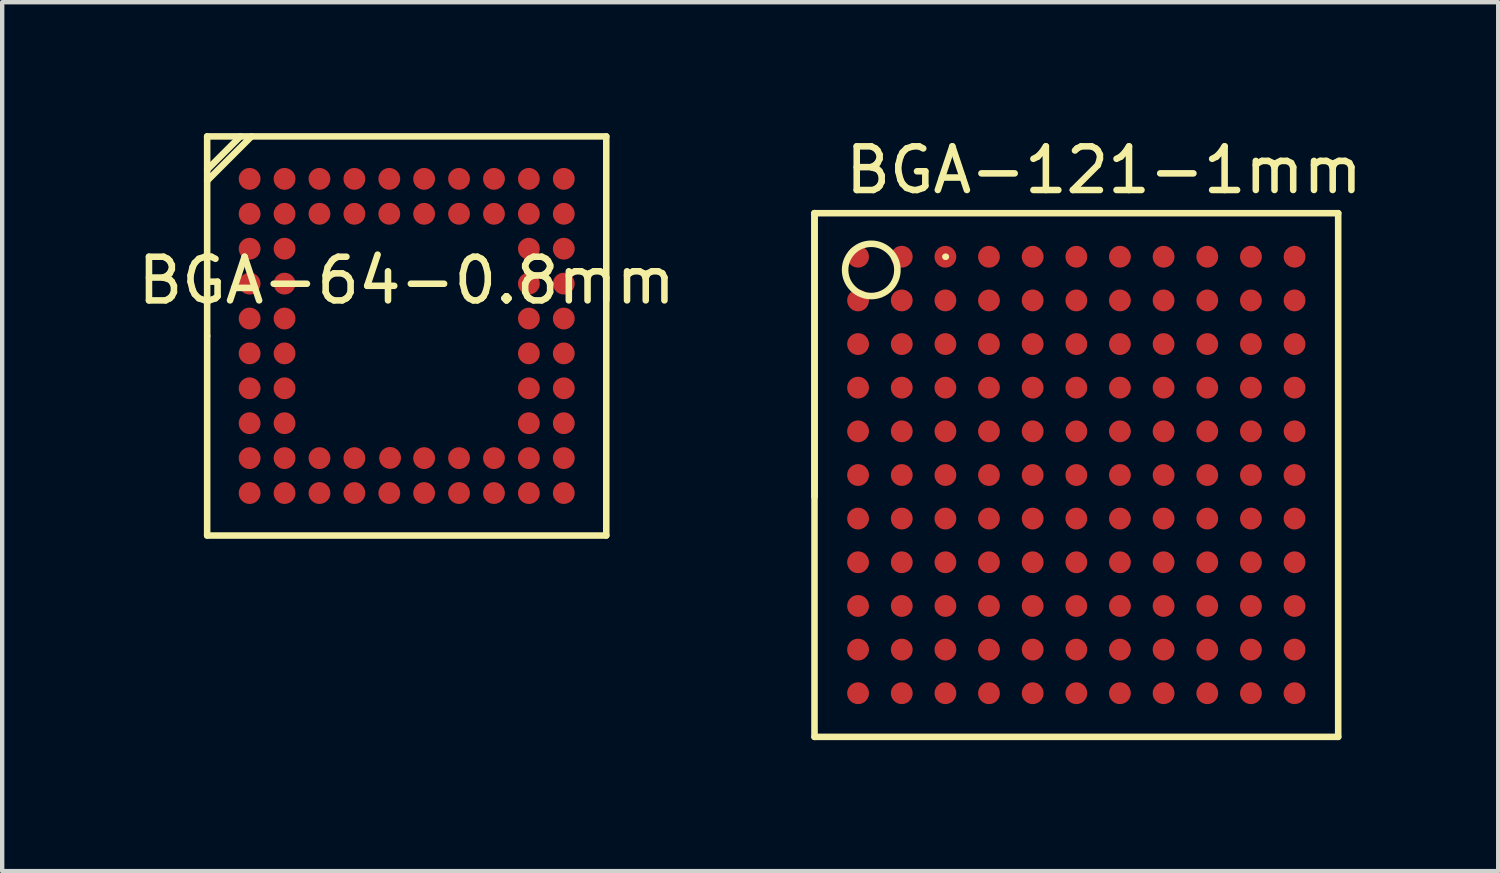
<source format=kicad_pcb>
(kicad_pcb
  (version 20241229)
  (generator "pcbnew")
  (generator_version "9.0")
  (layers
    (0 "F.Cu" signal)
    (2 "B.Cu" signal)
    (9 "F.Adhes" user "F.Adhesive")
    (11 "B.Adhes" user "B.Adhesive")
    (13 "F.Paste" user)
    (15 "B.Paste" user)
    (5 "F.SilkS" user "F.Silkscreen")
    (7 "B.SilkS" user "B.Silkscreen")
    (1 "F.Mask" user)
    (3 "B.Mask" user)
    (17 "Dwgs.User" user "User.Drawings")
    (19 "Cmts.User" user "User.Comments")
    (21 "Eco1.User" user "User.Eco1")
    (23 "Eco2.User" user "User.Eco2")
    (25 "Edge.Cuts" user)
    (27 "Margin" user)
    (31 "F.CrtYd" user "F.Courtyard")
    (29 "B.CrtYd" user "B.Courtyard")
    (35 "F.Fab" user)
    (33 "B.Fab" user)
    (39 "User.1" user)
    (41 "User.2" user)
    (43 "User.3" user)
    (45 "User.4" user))
  (footprint "BGA-121-1mm"
    (layer "F.Cu")
    (at 21.61 7.833)
    (property "Reference" "BGA-121-1mm" (at 0.635 -6.985 0) (layer "F.SilkS") (effects (font (size 1 1) (thickness 0.15))))
    (attr smd)
    (fp_line (start -5.999 -5.999) (end 5.999 -5.999) (stroke (width 0.15) (type solid)) (layer "F.SilkS"))
    (fp_line (start -5.999 0.5) (end -5.999 -5.999) (stroke (width 0.15) (type solid)) (layer "F.SilkS"))
    (fp_line (start -5.999 5.999) (end -5.999 -5.999) (stroke (width 0.15) (type solid)) (layer "F.SilkS"))
    (fp_line (start -3 -5.001) (end -2.99 -5.001) (stroke (width 0.15) (type solid)) (layer "F.SilkS"))
    (fp_line (start 5.999 -5.999) (end 5.999 5.999) (stroke (width 0.15) (type solid)) (layer "F.SilkS"))
    (fp_line (start 5.999 5.999) (end -5.999 5.999) (stroke (width 0.15) (type solid)) (layer "F.SilkS"))
    (fp_circle (center -4.699 -4.699) (end -4.699 -5.298) (stroke (width 0.15) (type solid)) (fill no) (layer "F.SilkS"))
    (pad "A1" smd circle (at -5.001 -5.001) (size 0.5 0.5) (layers "F.Cu" "F.Mask" "F.Paste"))
    (pad "A2" smd circle (at -4 -5.001) (size 0.5 0.5) (layers "F.Cu" "F.Mask" "F.Paste"))
    (pad "A3" smd circle (at -3 -5.001) (size 0.5 0.5) (layers "F.Cu" "F.Mask" "F.Paste"))
    (pad "A4" smd circle (at -2.002 -5.001) (size 0.5 0.5) (layers "F.Cu" "F.Mask" "F.Paste"))
    (pad "A5" smd circle (at -1.001 -5.001) (size 0.5 0.5) (layers "F.Cu" "F.Mask" "F.Paste"))
    (pad "A6" smd circle (at 0 -5.001) (size 0.5 0.5) (layers "F.Cu" "F.Mask" "F.Paste"))
    (pad "A7" smd circle (at 0.998 -5.001) (size 0.5 0.5) (layers "F.Cu" "F.Mask" "F.Paste"))
    (pad "A8" smd circle (at 1.999 -5.001) (size 0.5 0.5) (layers "F.Cu" "F.Mask" "F.Paste"))
    (pad "A9" smd circle (at 3 -5.001) (size 0.5 0.5) (layers "F.Cu" "F.Mask" "F.Paste"))
    (pad "A10" smd circle (at 4 -5.001) (size 0.5 0.5) (layers "F.Cu" "F.Mask" "F.Paste"))
    (pad "A11" smd circle (at 4.999 -5.001) (size 0.5 0.5) (layers "F.Cu" "F.Mask" "F.Paste"))
    (pad "B1" smd circle (at -5.001 -4) (size 0.5 0.5) (layers "F.Cu" "F.Mask" "F.Paste"))
    (pad "B2" smd circle (at -4 -4) (size 0.5 0.5) (layers "F.Cu" "F.Mask" "F.Paste"))
    (pad "B3" smd circle (at -3 -4) (size 0.5 0.5) (layers "F.Cu" "F.Mask" "F.Paste"))
    (pad "B4" smd circle (at -2.002 -4) (size 0.5 0.5) (layers "F.Cu" "F.Mask" "F.Paste"))
    (pad "B5" smd circle (at -1.001 -4) (size 0.5 0.5) (layers "F.Cu" "F.Mask" "F.Paste"))
    (pad "B6" smd circle (at 0 -4) (size 0.5 0.5) (layers "F.Cu" "F.Mask" "F.Paste"))
    (pad "B7" smd circle (at 0.998 -4) (size 0.5 0.5) (layers "F.Cu" "F.Mask" "F.Paste"))
    (pad "B8" smd circle (at 1.999 -4) (size 0.5 0.5) (layers "F.Cu" "F.Mask" "F.Paste"))
    (pad "B9" smd circle (at 3 -4) (size 0.5 0.5) (layers "F.Cu" "F.Mask" "F.Paste"))
    (pad "B10" smd circle (at 4 -4) (size 0.5 0.5) (layers "F.Cu" "F.Mask" "F.Paste"))
    (pad "B11" smd circle (at 4.999 -4) (size 0.5 0.5) (layers "F.Cu" "F.Mask" "F.Paste"))
    (pad "C1" smd circle (at -5.001 -3) (size 0.5 0.5) (layers "F.Cu" "F.Mask" "F.Paste"))
    (pad "C2" smd circle (at -4 -3) (size 0.5 0.5) (layers "F.Cu" "F.Mask" "F.Paste"))
    (pad "C3" smd circle (at -3 -3) (size 0.5 0.5) (layers "F.Cu" "F.Mask" "F.Paste"))
    (pad "C4" smd circle (at -2.002 -3) (size 0.5 0.5) (layers "F.Cu" "F.Mask" "F.Paste"))
    (pad "C5" smd circle (at -1.001 -3) (size 0.5 0.5) (layers "F.Cu" "F.Mask" "F.Paste"))
    (pad "C6" smd circle (at 0 -3) (size 0.5 0.5) (layers "F.Cu" "F.Mask" "F.Paste"))
    (pad "C7" smd circle (at 0.998 -3) (size 0.5 0.5) (layers "F.Cu" "F.Mask" "F.Paste"))
    (pad "C8" smd circle (at 1.999 -3) (size 0.5 0.5) (layers "F.Cu" "F.Mask" "F.Paste"))
    (pad "C9" smd circle (at 3 -3) (size 0.5 0.5) (layers "F.Cu" "F.Mask" "F.Paste"))
    (pad "C10" smd circle (at 4 -3) (size 0.5 0.5) (layers "F.Cu" "F.Mask" "F.Paste"))
    (pad "C11" smd circle (at 4.999 -3) (size 0.5 0.5) (layers "F.Cu" "F.Mask" "F.Paste"))
    (pad "D1" smd circle (at -5.001 -2.002) (size 0.5 0.5) (layers "F.Cu" "F.Mask" "F.Paste"))
    (pad "D2" smd circle (at -4 -2.002) (size 0.5 0.5) (layers "F.Cu" "F.Mask" "F.Paste"))
    (pad "D3" smd circle (at -3 -2.002) (size 0.5 0.5) (layers "F.Cu" "F.Mask" "F.Paste"))
    (pad "D4" smd circle (at -2.002 -2.002) (size 0.5 0.5) (layers "F.Cu" "F.Mask" "F.Paste"))
    (pad "D5" smd circle (at -1.001 -2.002) (size 0.5 0.5) (layers "F.Cu" "F.Mask" "F.Paste"))
    (pad "D6" smd circle (at 0 -2.002) (size 0.5 0.5) (layers "F.Cu" "F.Mask" "F.Paste"))
    (pad "D7" smd circle (at 0.998 -2.002) (size 0.5 0.5) (layers "F.Cu" "F.Mask" "F.Paste"))
    (pad "D8" smd circle (at 1.999 -2.002) (size 0.5 0.5) (layers "F.Cu" "F.Mask" "F.Paste"))
    (pad "D9" smd circle (at 3 -2.002) (size 0.5 0.5) (layers "F.Cu" "F.Mask" "F.Paste"))
    (pad "D10" smd circle (at 4 -2.002) (size 0.5 0.5) (layers "F.Cu" "F.Mask" "F.Paste"))
    (pad "D11" smd circle (at 4.999 -2.002) (size 0.5 0.5) (layers "F.Cu" "F.Mask" "F.Paste"))
    (pad "E1" smd circle (at -5.001 -1.001) (size 0.5 0.5) (layers "F.Cu" "F.Mask" "F.Paste"))
    (pad "E2" smd circle (at -4 -1.001) (size 0.5 0.5) (layers "F.Cu" "F.Mask" "F.Paste"))
    (pad "E3" smd circle (at -3 -1.001) (size 0.5 0.5) (layers "F.Cu" "F.Mask" "F.Paste"))
    (pad "E4" smd circle (at -2.002 -1.001) (size 0.5 0.5) (layers "F.Cu" "F.Mask" "F.Paste"))
    (pad "E5" smd circle (at -1.001 -1.001) (size 0.5 0.5) (layers "F.Cu" "F.Mask" "F.Paste"))
    (pad "E6" smd circle (at 0 -1.001) (size 0.5 0.5) (layers "F.Cu" "F.Mask" "F.Paste"))
    (pad "E7" smd circle (at 0.998 -1.001) (size 0.5 0.5) (layers "F.Cu" "F.Mask" "F.Paste"))
    (pad "E8" smd circle (at 1.999 -1.001) (size 0.5 0.5) (layers "F.Cu" "F.Mask" "F.Paste"))
    (pad "E9" smd circle (at 3 -1.001) (size 0.5 0.5) (layers "F.Cu" "F.Mask" "F.Paste"))
    (pad "E10" smd circle (at 4 -1.001) (size 0.5 0.5) (layers "F.Cu" "F.Mask" "F.Paste"))
    (pad "E11" smd circle (at 4.999 -1.001) (size 0.5 0.5) (layers "F.Cu" "F.Mask" "F.Paste"))
    (pad "F1" smd circle (at -5.001 0) (size 0.5 0.5) (layers "F.Cu" "F.Mask" "F.Paste"))
    (pad "F2" smd circle (at -4 0) (size 0.5 0.5) (layers "F.Cu" "F.Mask" "F.Paste"))
    (pad "F3" smd circle (at -3 0) (size 0.5 0.5) (layers "F.Cu" "F.Mask" "F.Paste"))
    (pad "F4" smd circle (at -2.002 0) (size 0.5 0.5) (layers "F.Cu" "F.Mask" "F.Paste"))
    (pad "F5" smd circle (at -1.001 0) (size 0.5 0.5) (layers "F.Cu" "F.Mask" "F.Paste"))
    (pad "F6" smd circle (at 0 0) (size 0.5 0.5) (layers "F.Cu" "F.Mask" "F.Paste"))
    (pad "F7" smd circle (at 0.998 0) (size 0.5 0.5) (layers "F.Cu" "F.Mask" "F.Paste"))
    (pad "F8" smd circle (at 1.999 0) (size 0.5 0.5) (layers "F.Cu" "F.Mask" "F.Paste"))
    (pad "F9" smd circle (at 3 0) (size 0.5 0.5) (layers "F.Cu" "F.Mask" "F.Paste"))
    (pad "F10" smd circle (at 4 0) (size 0.5 0.5) (layers "F.Cu" "F.Mask" "F.Paste"))
    (pad "F11" smd circle (at 4.999 0) (size 0.5 0.5) (layers "F.Cu" "F.Mask" "F.Paste"))
    (pad "G1" smd circle (at -5.001 0.998) (size 0.5 0.5) (layers "F.Cu" "F.Mask" "F.Paste"))
    (pad "G2" smd circle (at -4 0.998) (size 0.5 0.5) (layers "F.Cu" "F.Mask" "F.Paste"))
    (pad "G3" smd circle (at -3 0.998) (size 0.5 0.5) (layers "F.Cu" "F.Mask" "F.Paste"))
    (pad "G4" smd circle (at -2.002 0.998) (size 0.5 0.5) (layers "F.Cu" "F.Mask" "F.Paste"))
    (pad "G5" smd circle (at -1.001 0.998) (size 0.5 0.5) (layers "F.Cu" "F.Mask" "F.Paste"))
    (pad "G6" smd circle (at 0 0.998) (size 0.5 0.5) (layers "F.Cu" "F.Mask" "F.Paste"))
    (pad "G7" smd circle (at 0.998 0.998) (size 0.5 0.5) (layers "F.Cu" "F.Mask" "F.Paste"))
    (pad "G8" smd circle (at 1.999 0.998) (size 0.5 0.5) (layers "F.Cu" "F.Mask" "F.Paste"))
    (pad "G9" smd circle (at 3 0.998) (size 0.5 0.5) (layers "F.Cu" "F.Mask" "F.Paste"))
    (pad "G10" smd circle (at 4 0.998) (size 0.5 0.5) (layers "F.Cu" "F.Mask" "F.Paste"))
    (pad "G11" smd circle (at 4.999 0.998) (size 0.5 0.5) (layers "F.Cu" "F.Mask" "F.Paste"))
    (pad "H1" smd circle (at -5.001 1.999) (size 0.5 0.5) (layers "F.Cu" "F.Mask" "F.Paste"))
    (pad "H2" smd circle (at -4 1.999) (size 0.5 0.5) (layers "F.Cu" "F.Mask" "F.Paste"))
    (pad "H3" smd circle (at -3 1.999) (size 0.5 0.5) (layers "F.Cu" "F.Mask" "F.Paste"))
    (pad "H4" smd circle (at -2.002 1.999) (size 0.5 0.5) (layers "F.Cu" "F.Mask" "F.Paste"))
    (pad "H5" smd circle (at -1.001 1.999) (size 0.5 0.5) (layers "F.Cu" "F.Mask" "F.Paste"))
    (pad "H6" smd circle (at 0 1.999) (size 0.5 0.5) (layers "F.Cu" "F.Mask" "F.Paste"))
    (pad "H7" smd circle (at 0.998 1.999) (size 0.5 0.5) (layers "F.Cu" "F.Mask" "F.Paste"))
    (pad "H8" smd circle (at 1.999 1.999) (size 0.5 0.5) (layers "F.Cu" "F.Mask" "F.Paste"))
    (pad "H9" smd circle (at 3 1.999) (size 0.5 0.5) (layers "F.Cu" "F.Mask" "F.Paste"))
    (pad "H10" smd circle (at 4 1.999) (size 0.5 0.5) (layers "F.Cu" "F.Mask" "F.Paste"))
    (pad "H11" smd circle (at 4.999 1.999) (size 0.5 0.5) (layers "F.Cu" "F.Mask" "F.Paste"))
    (pad "J1" smd circle (at -5.001 3) (size 0.5 0.5) (layers "F.Cu" "F.Mask" "F.Paste"))
    (pad "J2" smd circle (at -4 3) (size 0.5 0.5) (layers "F.Cu" "F.Mask" "F.Paste"))
    (pad "J3" smd circle (at -3 3) (size 0.5 0.5) (layers "F.Cu" "F.Mask" "F.Paste"))
    (pad "J4" smd circle (at -2.002 3) (size 0.5 0.5) (layers "F.Cu" "F.Mask" "F.Paste"))
    (pad "J5" smd circle (at -1.001 3) (size 0.5 0.5) (layers "F.Cu" "F.Mask" "F.Paste"))
    (pad "J6" smd circle (at 0 3) (size 0.5 0.5) (layers "F.Cu" "F.Mask" "F.Paste"))
    (pad "J7" smd circle (at 0.998 3) (size 0.5 0.5) (layers "F.Cu" "F.Mask" "F.Paste"))
    (pad "J8" smd circle (at 1.999 3) (size 0.5 0.5) (layers "F.Cu" "F.Mask" "F.Paste"))
    (pad "J9" smd circle (at 3 3) (size 0.5 0.5) (layers "F.Cu" "F.Mask" "F.Paste"))
    (pad "J10" smd circle (at 4 3) (size 0.5 0.5) (layers "F.Cu" "F.Mask" "F.Paste"))
    (pad "J11" smd circle (at 4.999 3) (size 0.5 0.5) (layers "F.Cu" "F.Mask" "F.Paste"))
    (pad "K1" smd circle (at -5.001 4) (size 0.5 0.5) (layers "F.Cu" "F.Mask" "F.Paste"))
    (pad "K2" smd circle (at -4 4) (size 0.5 0.5) (layers "F.Cu" "F.Mask" "F.Paste"))
    (pad "K3" smd circle (at -3 4) (size 0.5 0.5) (layers "F.Cu" "F.Mask" "F.Paste"))
    (pad "K4" smd circle (at -2.002 4) (size 0.5 0.5) (layers "F.Cu" "F.Mask" "F.Paste"))
    (pad "K5" smd circle (at -1.001 4) (size 0.5 0.5) (layers "F.Cu" "F.Mask" "F.Paste"))
    (pad "K6" smd circle (at 0 4) (size 0.5 0.5) (layers "F.Cu" "F.Mask" "F.Paste"))
    (pad "K7" smd circle (at 0.998 4) (size 0.5 0.5) (layers "F.Cu" "F.Mask" "F.Paste"))
    (pad "K8" smd circle (at 1.999 4) (size 0.5 0.5) (layers "F.Cu" "F.Mask" "F.Paste"))
    (pad "K9" smd circle (at 3 4) (size 0.5 0.5) (layers "F.Cu" "F.Mask" "F.Paste"))
    (pad "K10" smd circle (at 4 4) (size 0.5 0.5) (layers "F.Cu" "F.Mask" "F.Paste"))
    (pad "K11" smd circle (at 4.999 4) (size 0.5 0.5) (layers "F.Cu" "F.Mask" "F.Paste"))
    (pad "L1" smd circle (at -5.001 4.999) (size 0.5 0.5) (layers "F.Cu" "F.Mask" "F.Paste"))
    (pad "L2" smd circle (at -4 4.999) (size 0.5 0.5) (layers "F.Cu" "F.Mask" "F.Paste"))
    (pad "L3" smd circle (at -3 4.999) (size 0.5 0.5) (layers "F.Cu" "F.Mask" "F.Paste"))
    (pad "L4" smd circle (at -2.002 4.999) (size 0.5 0.5) (layers "F.Cu" "F.Mask" "F.Paste"))
    (pad "L5" smd circle (at -1.001 4.999) (size 0.5 0.5) (layers "F.Cu" "F.Mask" "F.Paste"))
    (pad "L6" smd circle (at 0 4.999) (size 0.5 0.5) (layers "F.Cu" "F.Mask" "F.Paste"))
    (pad "L7" smd circle (at 0.998 4.999) (size 0.5 0.5) (layers "F.Cu" "F.Mask" "F.Paste"))
    (pad "L8" smd circle (at 1.999 4.999) (size 0.5 0.5) (layers "F.Cu" "F.Mask" "F.Paste"))
    (pad "L9" smd circle (at 3 4.999) (size 0.5 0.5) (layers "F.Cu" "F.Mask" "F.Paste"))
    (pad "L10" smd circle (at 4 4.999) (size 0.5 0.5) (layers "F.Cu" "F.Mask" "F.Paste"))
    (pad "L11" smd circle (at 4.999 4.999) (size 0.5 0.5) (layers "F.Cu" "F.Mask" "F.Paste")))
  (footprint "BGA-64-0.8mm"
    (layer "F.Cu")
    (at 6.268 4.647)
    (property "Reference" "BGA-64-0.8mm" (at 0 -1.27 0) (layer "F.SilkS") (effects (font (size 1 1) (thickness 0.15))))
    (attr smd)
    (fp_line (start -4.572 -4.572) (end 4.572 -4.572) (stroke (width 0.15) (type solid)) (layer "F.SilkS"))
    (fp_line (start -4.572 -3.81) (end -3.81 -4.572) (stroke (width 0.15) (type solid)) (layer "F.SilkS"))
    (fp_line (start -4.572 -3.556) (end -3.556 -4.572) (stroke (width 0.15) (type solid)) (layer "F.SilkS"))
    (fp_line (start -4.572 0) (end -4.572 -4.572) (stroke (width 0.15) (type solid)) (layer "F.SilkS"))
    (fp_line (start -4.572 4.572) (end -4.572 0) (stroke (width 0.15) (type solid)) (layer "F.SilkS"))
    (fp_line (start 4.572 -4.572) (end 4.572 4.572) (stroke (width 0.15) (type solid)) (layer "F.SilkS"))
    (fp_line (start 4.572 4.572) (end -4.572 4.572) (stroke (width 0.15) (type solid)) (layer "F.SilkS"))
    (pad "A1" smd circle (at -3.599 -3.599) (size 0.5 0.5) (layers "F.Cu" "F.Mask" "F.Paste"))
    (pad "A2" smd circle (at -2.799 -3.599) (size 0.5 0.5) (layers "F.Cu" "F.Mask" "F.Paste"))
    (pad "A3" smd circle (at -1.999 -3.599) (size 0.5 0.5) (layers "F.Cu" "F.Mask" "F.Paste"))
    (pad "A4" smd circle (at -1.199 -3.599) (size 0.5 0.5) (layers "F.Cu" "F.Mask" "F.Paste"))
    (pad "A5" smd circle (at -0.399 -3.599) (size 0.5 0.5) (layers "F.Cu" "F.Mask" "F.Paste"))
    (pad "A6" smd circle (at 0.399 -3.599) (size 0.5 0.5) (layers "F.Cu" "F.Mask" "F.Paste"))
    (pad "A7" smd circle (at 1.199 -3.599) (size 0.5 0.5) (layers "F.Cu" "F.Mask" "F.Paste"))
    (pad "A8" smd circle (at 1.999 -3.599) (size 0.5 0.5) (layers "F.Cu" "F.Mask" "F.Paste"))
    (pad "A9" smd circle (at 2.799 -3.599) (size 0.5 0.5) (layers "F.Cu" "F.Mask" "F.Paste"))
    (pad "A10" smd circle (at 3.599 -3.599) (size 0.5 0.5) (layers "F.Cu" "F.Mask" "F.Paste"))
    (pad "B1" smd circle (at -3.599 -2.799) (size 0.5 0.5) (layers "F.Cu" "F.Mask" "F.Paste"))
    (pad "B2" smd circle (at -2.799 -2.799) (size 0.5 0.5) (layers "F.Cu" "F.Mask" "F.Paste"))
    (pad "B3" smd circle (at -1.999 -2.799) (size 0.5 0.5) (layers "F.Cu" "F.Mask" "F.Paste"))
    (pad "B4" smd circle (at -1.199 -2.799) (size 0.5 0.5) (layers "F.Cu" "F.Mask" "F.Paste"))
    (pad "B5" smd circle (at -0.399 -2.799) (size 0.5 0.5) (layers "F.Cu" "F.Mask" "F.Paste"))
    (pad "B6" smd circle (at 0.399 -2.799) (size 0.5 0.5) (layers "F.Cu" "F.Mask" "F.Paste"))
    (pad "B7" smd circle (at 1.199 -2.799) (size 0.5 0.5) (layers "F.Cu" "F.Mask" "F.Paste"))
    (pad "B8" smd circle (at 1.999 -2.799) (size 0.5 0.5) (layers "F.Cu" "F.Mask" "F.Paste"))
    (pad "B9" smd circle (at 2.799 -2.799) (size 0.5 0.5) (layers "F.Cu" "F.Mask" "F.Paste"))
    (pad "B10" smd circle (at 3.599 -2.799) (size 0.5 0.5) (layers "F.Cu" "F.Mask" "F.Paste"))
    (pad "C1" smd circle (at -3.599 -1.999) (size 0.5 0.5) (layers "F.Cu" "F.Mask" "F.Paste"))
    (pad "C2" smd circle (at -2.799 -1.999) (size 0.5 0.5) (layers "F.Cu" "F.Mask" "F.Paste"))
    (pad "C9" smd circle (at 2.799 -1.999) (size 0.5 0.5) (layers "F.Cu" "F.Mask" "F.Paste"))
    (pad "C10" smd circle (at 3.599 -1.999) (size 0.5 0.5) (layers "F.Cu" "F.Mask" "F.Paste"))
    (pad "D1" smd circle (at -3.599 -1.199) (size 0.5 0.5) (layers "F.Cu" "F.Mask" "F.Paste"))
    (pad "D2" smd circle (at -2.799 -1.199) (size 0.5 0.5) (layers "F.Cu" "F.Mask" "F.Paste"))
    (pad "D9" smd circle (at 2.799 -1.199) (size 0.5 0.5) (layers "F.Cu" "F.Mask" "F.Paste"))
    (pad "D10" smd circle (at 3.599 -1.199) (size 0.5 0.5) (layers "F.Cu" "F.Mask" "F.Paste"))
    (pad "E1" smd circle (at -3.599 -0.399) (size 0.5 0.5) (layers "F.Cu" "F.Mask" "F.Paste"))
    (pad "E2" smd circle (at -2.799 -0.399) (size 0.5 0.5) (layers "F.Cu" "F.Mask" "F.Paste"))
    (pad "E9" smd circle (at 2.799 -0.399) (size 0.5 0.5) (layers "F.Cu" "F.Mask" "F.Paste"))
    (pad "E10" smd circle (at 3.599 -0.399) (size 0.5 0.5) (layers "F.Cu" "F.Mask" "F.Paste"))
    (pad "F1" smd circle (at -3.599 0.399) (size 0.5 0.5) (layers "F.Cu" "F.Mask" "F.Paste"))
    (pad "F2" smd circle (at -2.799 0.399) (size 0.5 0.5) (layers "F.Cu" "F.Mask" "F.Paste"))
    (pad "F9" smd circle (at 2.799 0.399) (size 0.5 0.5) (layers "F.Cu" "F.Mask" "F.Paste"))
    (pad "F10" smd circle (at 3.599 0.399) (size 0.5 0.5) (layers "F.Cu" "F.Mask" "F.Paste"))
    (pad "G1" smd circle (at -3.599 1.199) (size 0.5 0.5) (layers "F.Cu" "F.Mask" "F.Paste"))
    (pad "G2" smd circle (at -2.799 1.199) (size 0.5 0.5) (layers "F.Cu" "F.Mask" "F.Paste"))
    (pad "G9" smd circle (at 2.799 1.199) (size 0.5 0.5) (layers "F.Cu" "F.Mask" "F.Paste"))
    (pad "G10" smd circle (at 3.599 1.199) (size 0.5 0.5) (layers "F.Cu" "F.Mask" "F.Paste"))
    (pad "H1" smd circle (at -3.599 1.999) (size 0.5 0.5) (layers "F.Cu" "F.Mask" "F.Paste"))
    (pad "H2" smd circle (at -2.799 1.999) (size 0.5 0.5) (layers "F.Cu" "F.Mask" "F.Paste"))
    (pad "H9" smd circle (at 2.799 1.999) (size 0.5 0.5) (layers "F.Cu" "F.Mask" "F.Paste"))
    (pad "H10" smd circle (at 3.599 1.999) (size 0.5 0.5) (layers "F.Cu" "F.Mask" "F.Paste"))
    (pad "J1" smd circle (at -3.599 2.799) (size 0.5 0.5) (layers "F.Cu" "F.Mask" "F.Paste"))
    (pad "J2" smd circle (at -2.799 2.799) (size 0.5 0.5) (layers "F.Cu" "F.Mask" "F.Paste"))
    (pad "J3" smd circle (at -1.999 2.799) (size 0.5 0.5) (layers "F.Cu" "F.Mask" "F.Paste"))
    (pad "J4" smd circle (at -1.199 2.799) (size 0.5 0.5) (layers "F.Cu" "F.Mask" "F.Paste"))
    (pad "J5" smd circle (at -0.381 2.794) (size 0.5 0.5) (layers "F.Cu" "F.Mask" "F.Paste"))
    (pad "J6" smd circle (at 0.399 2.799) (size 0.5 0.5) (layers "F.Cu" "F.Mask" "F.Paste"))
    (pad "J7" smd circle (at 1.199 2.799) (size 0.5 0.5) (layers "F.Cu" "F.Mask" "F.Paste"))
    (pad "J8" smd circle (at 1.999 2.799) (size 0.5 0.5) (layers "F.Cu" "F.Mask" "F.Paste"))
    (pad "J9" smd circle (at 2.799 2.799) (size 0.5 0.5) (layers "F.Cu" "F.Mask" "F.Paste"))
    (pad "J10" smd circle (at 3.599 2.799) (size 0.5 0.5) (layers "F.Cu" "F.Mask" "F.Paste"))
    (pad "K1" smd circle (at -3.599 3.599) (size 0.5 0.5) (layers "F.Cu" "F.Mask" "F.Paste"))
    (pad "K2" smd circle (at -2.799 3.599) (size 0.5 0.5) (layers "F.Cu" "F.Mask" "F.Paste"))
    (pad "K3" smd circle (at -1.999 3.599) (size 0.5 0.5) (layers "F.Cu" "F.Mask" "F.Paste"))
    (pad "K4" smd circle (at -1.199 3.599) (size 0.5 0.5) (layers "F.Cu" "F.Mask" "F.Paste"))
    (pad "K5" smd circle (at -0.399 3.599) (size 0.5 0.5) (layers "F.Cu" "F.Mask" "F.Paste"))
    (pad "K6" smd circle (at 0.399 3.599) (size 0.5 0.5) (layers "F.Cu" "F.Mask" "F.Paste"))
    (pad "K7" smd circle (at 1.199 3.599) (size 0.5 0.5) (layers "F.Cu" "F.Mask" "F.Paste"))
    (pad "K8" smd circle (at 1.999 3.599) (size 0.5 0.5) (layers "F.Cu" "F.Mask" "F.Paste"))
    (pad "K9" smd circle (at 2.799 3.599) (size 0.5 0.5) (layers "F.Cu" "F.Mask" "F.Paste"))
    (pad "K10" smd circle (at 3.599 3.599) (size 0.5 0.5) (layers "F.Cu" "F.Mask" "F.Paste")))
  (gr_rect
    (start -3 -3)
    (end 31.275 16.908)
    (stroke (width 0.1) (type default))
    (fill no)
    (layer "Edge.Cuts")))
</source>
